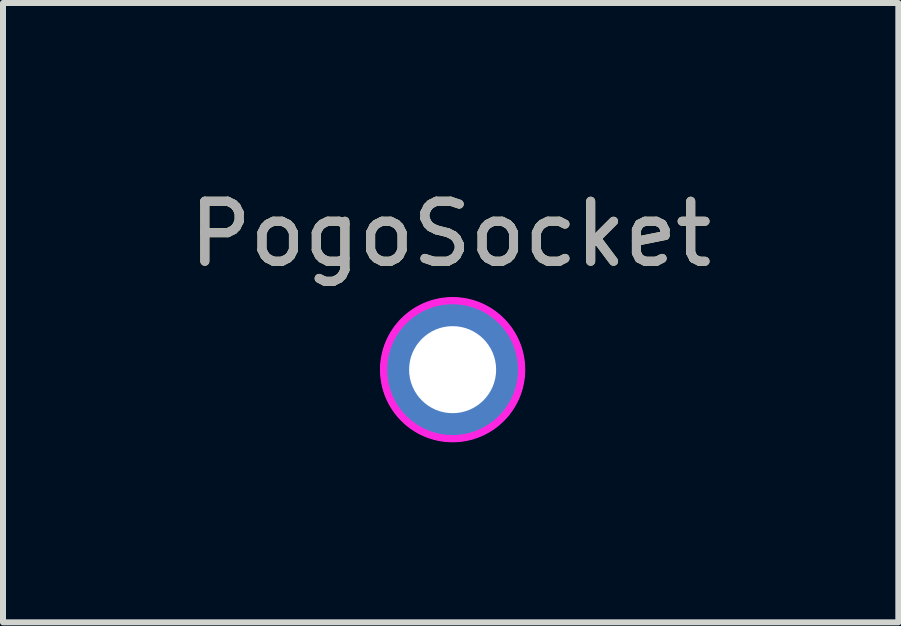
<source format=kicad_pcb>
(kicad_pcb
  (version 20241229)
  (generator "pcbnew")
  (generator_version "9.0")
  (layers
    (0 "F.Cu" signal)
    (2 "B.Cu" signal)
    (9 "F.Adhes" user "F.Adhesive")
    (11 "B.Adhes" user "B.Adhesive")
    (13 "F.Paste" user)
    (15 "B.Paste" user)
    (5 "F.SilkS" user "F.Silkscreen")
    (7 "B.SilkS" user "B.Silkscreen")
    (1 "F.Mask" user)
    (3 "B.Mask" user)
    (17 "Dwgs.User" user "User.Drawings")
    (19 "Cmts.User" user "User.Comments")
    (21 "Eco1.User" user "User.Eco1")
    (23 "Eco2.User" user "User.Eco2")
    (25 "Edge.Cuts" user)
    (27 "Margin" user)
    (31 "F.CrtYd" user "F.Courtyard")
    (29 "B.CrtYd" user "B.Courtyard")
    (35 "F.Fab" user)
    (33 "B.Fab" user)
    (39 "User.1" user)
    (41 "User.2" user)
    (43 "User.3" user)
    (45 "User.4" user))
  (footprint "PogoSocket"
    (layer "F.Cu")
    (at 4.491 3.109)
    (property "Reference" "PogoSocket" (at -0.033 -2.261 0) (layer "F.SilkS") (effects (font (size 1 1) (thickness 0.15))))
    (attr through_hole)
    (fp_circle (center 0 0) (end 1.15 0) (stroke (width 0.1) (type solid)) (fill no) (layer "F.SilkS"))
    (fp_circle (center 0 0) (end 1.15 0) (stroke (width 0.12) (type solid)) (fill no) (layer "F.CrtYd"))
    (fp_text user "${REFERENCE}" (at -0.033 -2.261 0) (layer "F.Fab") (effects (font (size 1 1) (thickness 0.15))))
    (pad "1" thru_hole circle (at 0 0) (size 2.2 2.2) (drill 1.45) (layers "*.Cu" "*.Mask")))
  (gr_rect
    (start -3 -3)
    (end 11.917 7.319)
    (stroke (width 0.1) (type default))
    (fill no)
    (layer "Edge.Cuts")))
</source>
